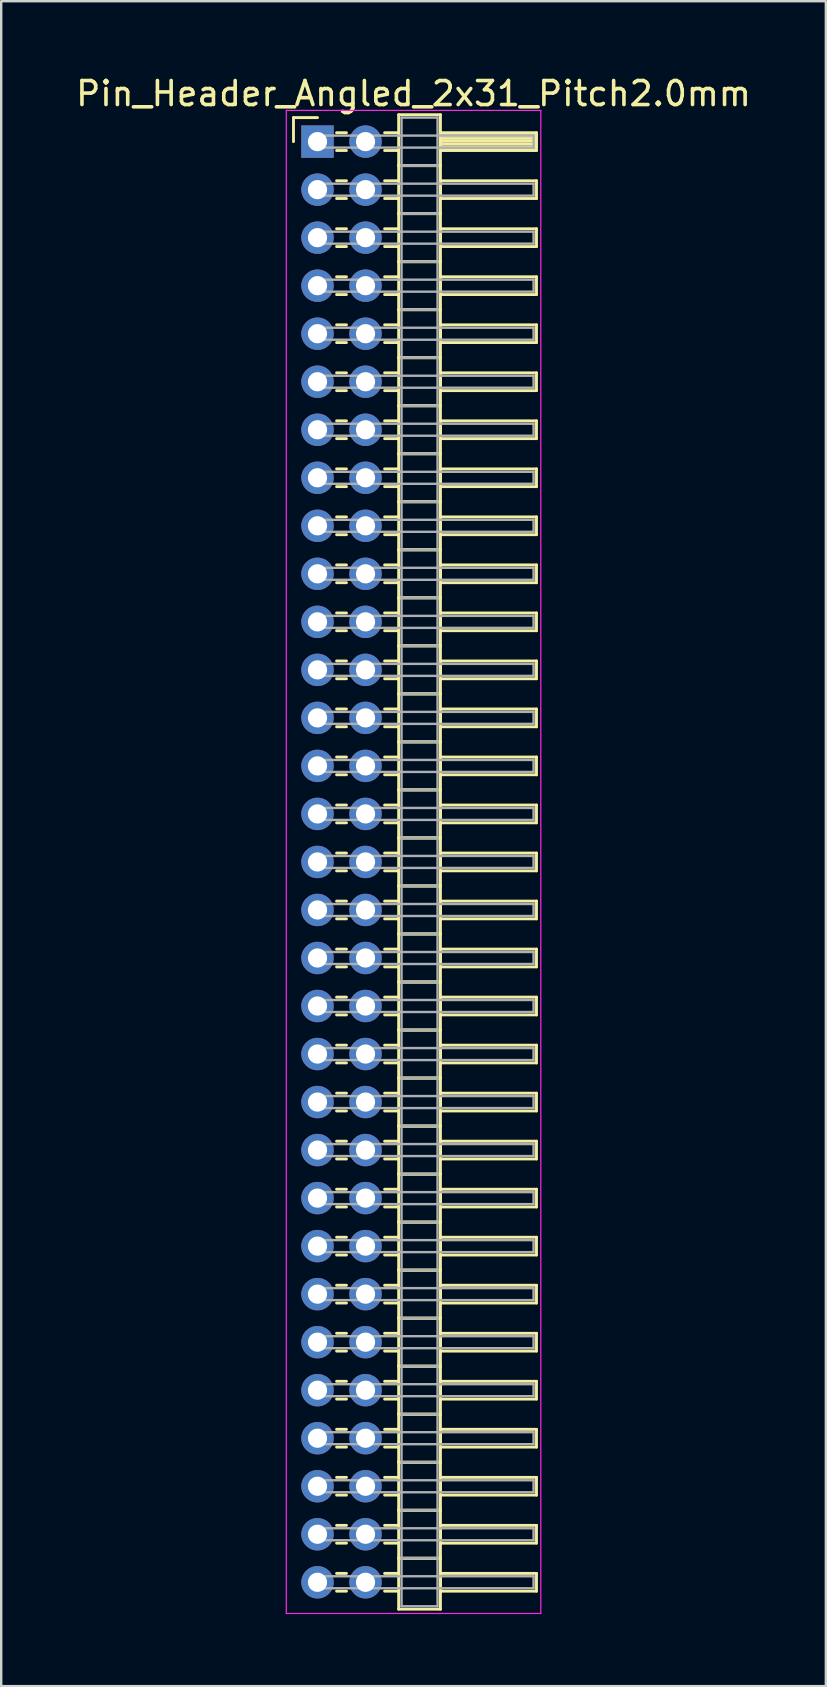
<source format=kicad_pcb>
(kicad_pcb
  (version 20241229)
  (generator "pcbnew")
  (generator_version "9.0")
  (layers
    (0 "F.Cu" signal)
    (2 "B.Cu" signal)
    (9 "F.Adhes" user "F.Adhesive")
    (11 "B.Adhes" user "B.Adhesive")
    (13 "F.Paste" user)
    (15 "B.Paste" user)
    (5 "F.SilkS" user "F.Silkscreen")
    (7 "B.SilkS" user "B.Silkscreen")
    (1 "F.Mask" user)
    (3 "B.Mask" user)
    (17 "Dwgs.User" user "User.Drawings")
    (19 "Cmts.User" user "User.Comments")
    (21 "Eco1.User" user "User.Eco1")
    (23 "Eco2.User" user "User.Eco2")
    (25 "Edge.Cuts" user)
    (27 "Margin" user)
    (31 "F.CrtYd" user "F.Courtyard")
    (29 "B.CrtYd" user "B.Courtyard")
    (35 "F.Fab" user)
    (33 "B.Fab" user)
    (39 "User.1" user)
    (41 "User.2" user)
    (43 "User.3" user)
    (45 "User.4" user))
  (footprint "Pin_Header_Angled_2x31_Pitch2.0mm"
    (layer "F.Cu")
    (at 10.173 2.848)
    (property "Reference" "Pin_Header_Angled_2x31_Pitch2.0mm" (at 4 -2 0) (layer "F.SilkS") (effects (font (size 1 1) (thickness 0.15))))
    (attr through_hole)
    (fp_line (start -1 -1) (end 0 -1) (stroke (width 0.12) (type solid)) (layer "F.SilkS"))
    (fp_line (start -1 0) (end -1 -1) (stroke (width 0.12) (type solid)) (layer "F.SilkS"))
    (fp_line (start 0.795 -0.37) (end 1.205 -0.37) (stroke (width 0.12) (type solid)) (layer "F.SilkS"))
    (fp_line (start 0.795 0.37) (end 1.205 0.37) (stroke (width 0.12) (type solid)) (layer "F.SilkS"))
    (fp_line (start 0.795 1.63) (end 1.205 1.63) (stroke (width 0.12) (type solid)) (layer "F.SilkS"))
    (fp_line (start 0.795 2.37) (end 1.205 2.37) (stroke (width 0.12) (type solid)) (layer "F.SilkS"))
    (fp_line (start 0.795 3.63) (end 1.205 3.63) (stroke (width 0.12) (type solid)) (layer "F.SilkS"))
    (fp_line (start 0.795 4.37) (end 1.205 4.37) (stroke (width 0.12) (type solid)) (layer "F.SilkS"))
    (fp_line (start 0.795 5.63) (end 1.205 5.63) (stroke (width 0.12) (type solid)) (layer "F.SilkS"))
    (fp_line (start 0.795 6.37) (end 1.205 6.37) (stroke (width 0.12) (type solid)) (layer "F.SilkS"))
    (fp_line (start 0.795 7.63) (end 1.205 7.63) (stroke (width 0.12) (type solid)) (layer "F.SilkS"))
    (fp_line (start 0.795 8.37) (end 1.205 8.37) (stroke (width 0.12) (type solid)) (layer "F.SilkS"))
    (fp_line (start 0.795 9.63) (end 1.205 9.63) (stroke (width 0.12) (type solid)) (layer "F.SilkS"))
    (fp_line (start 0.795 10.37) (end 1.205 10.37) (stroke (width 0.12) (type solid)) (layer "F.SilkS"))
    (fp_line (start 0.795 11.63) (end 1.205 11.63) (stroke (width 0.12) (type solid)) (layer "F.SilkS"))
    (fp_line (start 0.795 12.37) (end 1.205 12.37) (stroke (width 0.12) (type solid)) (layer "F.SilkS"))
    (fp_line (start 0.795 13.63) (end 1.205 13.63) (stroke (width 0.12) (type solid)) (layer "F.SilkS"))
    (fp_line (start 0.795 14.37) (end 1.205 14.37) (stroke (width 0.12) (type solid)) (layer "F.SilkS"))
    (fp_line (start 0.795 15.63) (end 1.205 15.63) (stroke (width 0.12) (type solid)) (layer "F.SilkS"))
    (fp_line (start 0.795 16.37) (end 1.205 16.37) (stroke (width 0.12) (type solid)) (layer "F.SilkS"))
    (fp_line (start 0.795 17.63) (end 1.205 17.63) (stroke (width 0.12) (type solid)) (layer "F.SilkS"))
    (fp_line (start 0.795 18.37) (end 1.205 18.37) (stroke (width 0.12) (type solid)) (layer "F.SilkS"))
    (fp_line (start 0.795 19.63) (end 1.205 19.63) (stroke (width 0.12) (type solid)) (layer "F.SilkS"))
    (fp_line (start 0.795 20.37) (end 1.205 20.37) (stroke (width 0.12) (type solid)) (layer "F.SilkS"))
    (fp_line (start 0.795 21.63) (end 1.205 21.63) (stroke (width 0.12) (type solid)) (layer "F.SilkS"))
    (fp_line (start 0.795 22.37) (end 1.205 22.37) (stroke (width 0.12) (type solid)) (layer "F.SilkS"))
    (fp_line (start 0.795 23.63) (end 1.205 23.63) (stroke (width 0.12) (type solid)) (layer "F.SilkS"))
    (fp_line (start 0.795 24.37) (end 1.205 24.37) (stroke (width 0.12) (type solid)) (layer "F.SilkS"))
    (fp_line (start 0.795 25.63) (end 1.205 25.63) (stroke (width 0.12) (type solid)) (layer "F.SilkS"))
    (fp_line (start 0.795 26.37) (end 1.205 26.37) (stroke (width 0.12) (type solid)) (layer "F.SilkS"))
    (fp_line (start 0.795 27.63) (end 1.205 27.63) (stroke (width 0.12) (type solid)) (layer "F.SilkS"))
    (fp_line (start 0.795 28.37) (end 1.205 28.37) (stroke (width 0.12) (type solid)) (layer "F.SilkS"))
    (fp_line (start 0.795 29.63) (end 1.205 29.63) (stroke (width 0.12) (type solid)) (layer "F.SilkS"))
    (fp_line (start 0.795 30.37) (end 1.205 30.37) (stroke (width 0.12) (type solid)) (layer "F.SilkS"))
    (fp_line (start 0.795 31.63) (end 1.205 31.63) (stroke (width 0.12) (type solid)) (layer "F.SilkS"))
    (fp_line (start 0.795 32.37) (end 1.205 32.37) (stroke (width 0.12) (type solid)) (layer "F.SilkS"))
    (fp_line (start 0.795 33.63) (end 1.205 33.63) (stroke (width 0.12) (type solid)) (layer "F.SilkS"))
    (fp_line (start 0.795 34.37) (end 1.205 34.37) (stroke (width 0.12) (type solid)) (layer "F.SilkS"))
    (fp_line (start 0.795 35.63) (end 1.205 35.63) (stroke (width 0.12) (type solid)) (layer "F.SilkS"))
    (fp_line (start 0.795 36.37) (end 1.205 36.37) (stroke (width 0.12) (type solid)) (layer "F.SilkS"))
    (fp_line (start 0.795 37.63) (end 1.205 37.63) (stroke (width 0.12) (type solid)) (layer "F.SilkS"))
    (fp_line (start 0.795 38.37) (end 1.205 38.37) (stroke (width 0.12) (type solid)) (layer "F.SilkS"))
    (fp_line (start 0.795 39.63) (end 1.205 39.63) (stroke (width 0.12) (type solid)) (layer "F.SilkS"))
    (fp_line (start 0.795 40.37) (end 1.205 40.37) (stroke (width 0.12) (type solid)) (layer "F.SilkS"))
    (fp_line (start 0.795 41.63) (end 1.205 41.63) (stroke (width 0.12) (type solid)) (layer "F.SilkS"))
    (fp_line (start 0.795 42.37) (end 1.205 42.37) (stroke (width 0.12) (type solid)) (layer "F.SilkS"))
    (fp_line (start 0.795 43.63) (end 1.205 43.63) (stroke (width 0.12) (type solid)) (layer "F.SilkS"))
    (fp_line (start 0.795 44.37) (end 1.205 44.37) (stroke (width 0.12) (type solid)) (layer "F.SilkS"))
    (fp_line (start 0.795 45.63) (end 1.205 45.63) (stroke (width 0.12) (type solid)) (layer "F.SilkS"))
    (fp_line (start 0.795 46.37) (end 1.205 46.37) (stroke (width 0.12) (type solid)) (layer "F.SilkS"))
    (fp_line (start 0.795 47.63) (end 1.205 47.63) (stroke (width 0.12) (type solid)) (layer "F.SilkS"))
    (fp_line (start 0.795 48.37) (end 1.205 48.37) (stroke (width 0.12) (type solid)) (layer "F.SilkS"))
    (fp_line (start 0.795 49.63) (end 1.205 49.63) (stroke (width 0.12) (type solid)) (layer "F.SilkS"))
    (fp_line (start 0.795 50.37) (end 1.205 50.37) (stroke (width 0.12) (type solid)) (layer "F.SilkS"))
    (fp_line (start 0.795 51.63) (end 1.205 51.63) (stroke (width 0.12) (type solid)) (layer "F.SilkS"))
    (fp_line (start 0.795 52.37) (end 1.205 52.37) (stroke (width 0.12) (type solid)) (layer "F.SilkS"))
    (fp_line (start 0.795 53.63) (end 1.205 53.63) (stroke (width 0.12) (type solid)) (layer "F.SilkS"))
    (fp_line (start 0.795 54.37) (end 1.205 54.37) (stroke (width 0.12) (type solid)) (layer "F.SilkS"))
    (fp_line (start 0.795 55.63) (end 1.205 55.63) (stroke (width 0.12) (type solid)) (layer "F.SilkS"))
    (fp_line (start 0.795 56.37) (end 1.205 56.37) (stroke (width 0.12) (type solid)) (layer "F.SilkS"))
    (fp_line (start 0.795 57.63) (end 1.205 57.63) (stroke (width 0.12) (type solid)) (layer "F.SilkS"))
    (fp_line (start 0.795 58.37) (end 1.205 58.37) (stroke (width 0.12) (type solid)) (layer "F.SilkS"))
    (fp_line (start 0.795 59.63) (end 1.205 59.63) (stroke (width 0.12) (type solid)) (layer "F.SilkS"))
    (fp_line (start 0.795 60.37) (end 1.205 60.37) (stroke (width 0.12) (type solid)) (layer "F.SilkS"))
    (fp_line (start 2.795 -0.37) (end 3.38 -0.37) (stroke (width 0.12) (type solid)) (layer "F.SilkS"))
    (fp_line (start 2.795 0.37) (end 3.38 0.37) (stroke (width 0.12) (type solid)) (layer "F.SilkS"))
    (fp_line (start 2.795 1.63) (end 3.38 1.63) (stroke (width 0.12) (type solid)) (layer "F.SilkS"))
    (fp_line (start 2.795 2.37) (end 3.38 2.37) (stroke (width 0.12) (type solid)) (layer "F.SilkS"))
    (fp_line (start 2.795 3.63) (end 3.38 3.63) (stroke (width 0.12) (type solid)) (layer "F.SilkS"))
    (fp_line (start 2.795 4.37) (end 3.38 4.37) (stroke (width 0.12) (type solid)) (layer "F.SilkS"))
    (fp_line (start 2.795 5.63) (end 3.38 5.63) (stroke (width 0.12) (type solid)) (layer "F.SilkS"))
    (fp_line (start 2.795 6.37) (end 3.38 6.37) (stroke (width 0.12) (type solid)) (layer "F.SilkS"))
    (fp_line (start 2.795 7.63) (end 3.38 7.63) (stroke (width 0.12) (type solid)) (layer "F.SilkS"))
    (fp_line (start 2.795 8.37) (end 3.38 8.37) (stroke (width 0.12) (type solid)) (layer "F.SilkS"))
    (fp_line (start 2.795 9.63) (end 3.38 9.63) (stroke (width 0.12) (type solid)) (layer "F.SilkS"))
    (fp_line (start 2.795 10.37) (end 3.38 10.37) (stroke (width 0.12) (type solid)) (layer "F.SilkS"))
    (fp_line (start 2.795 11.63) (end 3.38 11.63) (stroke (width 0.12) (type solid)) (layer "F.SilkS"))
    (fp_line (start 2.795 12.37) (end 3.38 12.37) (stroke (width 0.12) (type solid)) (layer "F.SilkS"))
    (fp_line (start 2.795 13.63) (end 3.38 13.63) (stroke (width 0.12) (type solid)) (layer "F.SilkS"))
    (fp_line (start 2.795 14.37) (end 3.38 14.37) (stroke (width 0.12) (type solid)) (layer "F.SilkS"))
    (fp_line (start 2.795 15.63) (end 3.38 15.63) (stroke (width 0.12) (type solid)) (layer "F.SilkS"))
    (fp_line (start 2.795 16.37) (end 3.38 16.37) (stroke (width 0.12) (type solid)) (layer "F.SilkS"))
    (fp_line (start 2.795 17.63) (end 3.38 17.63) (stroke (width 0.12) (type solid)) (layer "F.SilkS"))
    (fp_line (start 2.795 18.37) (end 3.38 18.37) (stroke (width 0.12) (type solid)) (layer "F.SilkS"))
    (fp_line (start 2.795 19.63) (end 3.38 19.63) (stroke (width 0.12) (type solid)) (layer "F.SilkS"))
    (fp_line (start 2.795 20.37) (end 3.38 20.37) (stroke (width 0.12) (type solid)) (layer "F.SilkS"))
    (fp_line (start 2.795 21.63) (end 3.38 21.63) (stroke (width 0.12) (type solid)) (layer "F.SilkS"))
    (fp_line (start 2.795 22.37) (end 3.38 22.37) (stroke (width 0.12) (type solid)) (layer "F.SilkS"))
    (fp_line (start 2.795 23.63) (end 3.38 23.63) (stroke (width 0.12) (type solid)) (layer "F.SilkS"))
    (fp_line (start 2.795 24.37) (end 3.38 24.37) (stroke (width 0.12) (type solid)) (layer "F.SilkS"))
    (fp_line (start 2.795 25.63) (end 3.38 25.63) (stroke (width 0.12) (type solid)) (layer "F.SilkS"))
    (fp_line (start 2.795 26.37) (end 3.38 26.37) (stroke (width 0.12) (type solid)) (layer "F.SilkS"))
    (fp_line (start 2.795 27.63) (end 3.38 27.63) (stroke (width 0.12) (type solid)) (layer "F.SilkS"))
    (fp_line (start 2.795 28.37) (end 3.38 28.37) (stroke (width 0.12) (type solid)) (layer "F.SilkS"))
    (fp_line (start 2.795 29.63) (end 3.38 29.63) (stroke (width 0.12) (type solid)) (layer "F.SilkS"))
    (fp_line (start 2.795 30.37) (end 3.38 30.37) (stroke (width 0.12) (type solid)) (layer "F.SilkS"))
    (fp_line (start 2.795 31.63) (end 3.38 31.63) (stroke (width 0.12) (type solid)) (layer "F.SilkS"))
    (fp_line (start 2.795 32.37) (end 3.38 32.37) (stroke (width 0.12) (type solid)) (layer "F.SilkS"))
    (fp_line (start 2.795 33.63) (end 3.38 33.63) (stroke (width 0.12) (type solid)) (layer "F.SilkS"))
    (fp_line (start 2.795 34.37) (end 3.38 34.37) (stroke (width 0.12) (type solid)) (layer "F.SilkS"))
    (fp_line (start 2.795 35.63) (end 3.38 35.63) (stroke (width 0.12) (type solid)) (layer "F.SilkS"))
    (fp_line (start 2.795 36.37) (end 3.38 36.37) (stroke (width 0.12) (type solid)) (layer "F.SilkS"))
    (fp_line (start 2.795 37.63) (end 3.38 37.63) (stroke (width 0.12) (type solid)) (layer "F.SilkS"))
    (fp_line (start 2.795 38.37) (end 3.38 38.37) (stroke (width 0.12) (type solid)) (layer "F.SilkS"))
    (fp_line (start 2.795 39.63) (end 3.38 39.63) (stroke (width 0.12) (type solid)) (layer "F.SilkS"))
    (fp_line (start 2.795 40.37) (end 3.38 40.37) (stroke (width 0.12) (type solid)) (layer "F.SilkS"))
    (fp_line (start 2.795 41.63) (end 3.38 41.63) (stroke (width 0.12) (type solid)) (layer "F.SilkS"))
    (fp_line (start 2.795 42.37) (end 3.38 42.37) (stroke (width 0.12) (type solid)) (layer "F.SilkS"))
    (fp_line (start 2.795 43.63) (end 3.38 43.63) (stroke (width 0.12) (type solid)) (layer "F.SilkS"))
    (fp_line (start 2.795 44.37) (end 3.38 44.37) (stroke (width 0.12) (type solid)) (layer "F.SilkS"))
    (fp_line (start 2.795 45.63) (end 3.38 45.63) (stroke (width 0.12) (type solid)) (layer "F.SilkS"))
    (fp_line (start 2.795 46.37) (end 3.38 46.37) (stroke (width 0.12) (type solid)) (layer "F.SilkS"))
    (fp_line (start 2.795 47.63) (end 3.38 47.63) (stroke (width 0.12) (type solid)) (layer "F.SilkS"))
    (fp_line (start 2.795 48.37) (end 3.38 48.37) (stroke (width 0.12) (type solid)) (layer "F.SilkS"))
    (fp_line (start 2.795 49.63) (end 3.38 49.63) (stroke (width 0.12) (type solid)) (layer "F.SilkS"))
    (fp_line (start 2.795 50.37) (end 3.38 50.37) (stroke (width 0.12) (type solid)) (layer "F.SilkS"))
    (fp_line (start 2.795 51.63) (end 3.38 51.63) (stroke (width 0.12) (type solid)) (layer "F.SilkS"))
    (fp_line (start 2.795 52.37) (end 3.38 52.37) (stroke (width 0.12) (type solid)) (layer "F.SilkS"))
    (fp_line (start 2.795 53.63) (end 3.38 53.63) (stroke (width 0.12) (type solid)) (layer "F.SilkS"))
    (fp_line (start 2.795 54.37) (end 3.38 54.37) (stroke (width 0.12) (type solid)) (layer "F.SilkS"))
    (fp_line (start 2.795 55.63) (end 3.38 55.63) (stroke (width 0.12) (type solid)) (layer "F.SilkS"))
    (fp_line (start 2.795 56.37) (end 3.38 56.37) (stroke (width 0.12) (type solid)) (layer "F.SilkS"))
    (fp_line (start 2.795 57.63) (end 3.38 57.63) (stroke (width 0.12) (type solid)) (layer "F.SilkS"))
    (fp_line (start 2.795 58.37) (end 3.38 58.37) (stroke (width 0.12) (type solid)) (layer "F.SilkS"))
    (fp_line (start 2.795 59.63) (end 3.38 59.63) (stroke (width 0.12) (type solid)) (layer "F.SilkS"))
    (fp_line (start 2.795 60.37) (end 3.38 60.37) (stroke (width 0.12) (type solid)) (layer "F.SilkS"))
    (fp_line (start 3.38 -1.12) (end 3.38 1) (stroke (width 0.12) (type solid)) (layer "F.SilkS"))
    (fp_line (start 3.38 1) (end 3.38 3) (stroke (width 0.12) (type solid)) (layer "F.SilkS"))
    (fp_line (start 3.38 1) (end 5.12 1) (stroke (width 0.12) (type solid)) (layer "F.SilkS"))
    (fp_line (start 3.38 3) (end 3.38 5) (stroke (width 0.12) (type solid)) (layer "F.SilkS"))
    (fp_line (start 3.38 3) (end 5.12 3) (stroke (width 0.12) (type solid)) (layer "F.SilkS"))
    (fp_line (start 3.38 5) (end 3.38 7) (stroke (width 0.12) (type solid)) (layer "F.SilkS"))
    (fp_line (start 3.38 5) (end 5.12 5) (stroke (width 0.12) (type solid)) (layer "F.SilkS"))
    (fp_line (start 3.38 7) (end 3.38 9) (stroke (width 0.12) (type solid)) (layer "F.SilkS"))
    (fp_line (start 3.38 7) (end 5.12 7) (stroke (width 0.12) (type solid)) (layer "F.SilkS"))
    (fp_line (start 3.38 9) (end 3.38 11) (stroke (width 0.12) (type solid)) (layer "F.SilkS"))
    (fp_line (start 3.38 9) (end 5.12 9) (stroke (width 0.12) (type solid)) (layer "F.SilkS"))
    (fp_line (start 3.38 11) (end 3.38 13) (stroke (width 0.12) (type solid)) (layer "F.SilkS"))
    (fp_line (start 3.38 11) (end 5.12 11) (stroke (width 0.12) (type solid)) (layer "F.SilkS"))
    (fp_line (start 3.38 13) (end 3.38 15) (stroke (width 0.12) (type solid)) (layer "F.SilkS"))
    (fp_line (start 3.38 13) (end 5.12 13) (stroke (width 0.12) (type solid)) (layer "F.SilkS"))
    (fp_line (start 3.38 15) (end 3.38 17) (stroke (width 0.12) (type solid)) (layer "F.SilkS"))
    (fp_line (start 3.38 15) (end 5.12 15) (stroke (width 0.12) (type solid)) (layer "F.SilkS"))
    (fp_line (start 3.38 17) (end 3.38 19) (stroke (width 0.12) (type solid)) (layer "F.SilkS"))
    (fp_line (start 3.38 17) (end 5.12 17) (stroke (width 0.12) (type solid)) (layer "F.SilkS"))
    (fp_line (start 3.38 19) (end 3.38 21) (stroke (width 0.12) (type solid)) (layer "F.SilkS"))
    (fp_line (start 3.38 19) (end 5.12 19) (stroke (width 0.12) (type solid)) (layer "F.SilkS"))
    (fp_line (start 3.38 21) (end 3.38 23) (stroke (width 0.12) (type solid)) (layer "F.SilkS"))
    (fp_line (start 3.38 21) (end 5.12 21) (stroke (width 0.12) (type solid)) (layer "F.SilkS"))
    (fp_line (start 3.38 23) (end 3.38 25) (stroke (width 0.12) (type solid)) (layer "F.SilkS"))
    (fp_line (start 3.38 23) (end 5.12 23) (stroke (width 0.12) (type solid)) (layer "F.SilkS"))
    (fp_line (start 3.38 25) (end 3.38 27) (stroke (width 0.12) (type solid)) (layer "F.SilkS"))
    (fp_line (start 3.38 25) (end 5.12 25) (stroke (width 0.12) (type solid)) (layer "F.SilkS"))
    (fp_line (start 3.38 27) (end 3.38 29) (stroke (width 0.12) (type solid)) (layer "F.SilkS"))
    (fp_line (start 3.38 27) (end 5.12 27) (stroke (width 0.12) (type solid)) (layer "F.SilkS"))
    (fp_line (start 3.38 29) (end 3.38 31) (stroke (width 0.12) (type solid)) (layer "F.SilkS"))
    (fp_line (start 3.38 29) (end 5.12 29) (stroke (width 0.12) (type solid)) (layer "F.SilkS"))
    (fp_line (start 3.38 31) (end 3.38 33) (stroke (width 0.12) (type solid)) (layer "F.SilkS"))
    (fp_line (start 3.38 31) (end 5.12 31) (stroke (width 0.12) (type solid)) (layer "F.SilkS"))
    (fp_line (start 3.38 33) (end 3.38 35) (stroke (width 0.12) (type solid)) (layer "F.SilkS"))
    (fp_line (start 3.38 33) (end 5.12 33) (stroke (width 0.12) (type solid)) (layer "F.SilkS"))
    (fp_line (start 3.38 35) (end 3.38 37) (stroke (width 0.12) (type solid)) (layer "F.SilkS"))
    (fp_line (start 3.38 35) (end 5.12 35) (stroke (width 0.12) (type solid)) (layer "F.SilkS"))
    (fp_line (start 3.38 37) (end 3.38 39) (stroke (width 0.12) (type solid)) (layer "F.SilkS"))
    (fp_line (start 3.38 37) (end 5.12 37) (stroke (width 0.12) (type solid)) (layer "F.SilkS"))
    (fp_line (start 3.38 39) (end 3.38 41) (stroke (width 0.12) (type solid)) (layer "F.SilkS"))
    (fp_line (start 3.38 39) (end 5.12 39) (stroke (width 0.12) (type solid)) (layer "F.SilkS"))
    (fp_line (start 3.38 41) (end 3.38 43) (stroke (width 0.12) (type solid)) (layer "F.SilkS"))
    (fp_line (start 3.38 41) (end 5.12 41) (stroke (width 0.12) (type solid)) (layer "F.SilkS"))
    (fp_line (start 3.38 43) (end 3.38 45) (stroke (width 0.12) (type solid)) (layer "F.SilkS"))
    (fp_line (start 3.38 43) (end 5.12 43) (stroke (width 0.12) (type solid)) (layer "F.SilkS"))
    (fp_line (start 3.38 45) (end 3.38 47) (stroke (width 0.12) (type solid)) (layer "F.SilkS"))
    (fp_line (start 3.38 45) (end 5.12 45) (stroke (width 0.12) (type solid)) (layer "F.SilkS"))
    (fp_line (start 3.38 47) (end 3.38 49) (stroke (width 0.12) (type solid)) (layer "F.SilkS"))
    (fp_line (start 3.38 47) (end 5.12 47) (stroke (width 0.12) (type solid)) (layer "F.SilkS"))
    (fp_line (start 3.38 49) (end 3.38 51) (stroke (width 0.12) (type solid)) (layer "F.SilkS"))
    (fp_line (start 3.38 49) (end 5.12 49) (stroke (width 0.12) (type solid)) (layer "F.SilkS"))
    (fp_line (start 3.38 51) (end 3.38 53) (stroke (width 0.12) (type solid)) (layer "F.SilkS"))
    (fp_line (start 3.38 51) (end 5.12 51) (stroke (width 0.12) (type solid)) (layer "F.SilkS"))
    (fp_line (start 3.38 53) (end 3.38 55) (stroke (width 0.12) (type solid)) (layer "F.SilkS"))
    (fp_line (start 3.38 53) (end 5.12 53) (stroke (width 0.12) (type solid)) (layer "F.SilkS"))
    (fp_line (start 3.38 55) (end 3.38 57) (stroke (width 0.12) (type solid)) (layer "F.SilkS"))
    (fp_line (start 3.38 55) (end 5.12 55) (stroke (width 0.12) (type solid)) (layer "F.SilkS"))
    (fp_line (start 3.38 57) (end 3.38 59) (stroke (width 0.12) (type solid)) (layer "F.SilkS"))
    (fp_line (start 3.38 57) (end 5.12 57) (stroke (width 0.12) (type solid)) (layer "F.SilkS"))
    (fp_line (start 3.38 59) (end 3.38 61.12) (stroke (width 0.12) (type solid)) (layer "F.SilkS"))
    (fp_line (start 3.38 59) (end 5.12 59) (stroke (width 0.12) (type solid)) (layer "F.SilkS"))
    (fp_line (start 3.38 61.12) (end 5.12 61.12) (stroke (width 0.12) (type solid)) (layer "F.SilkS"))
    (fp_line (start 5.12 -1.12) (end 3.38 -1.12) (stroke (width 0.12) (type solid)) (layer "F.SilkS"))
    (fp_line (start 5.12 -0.37) (end 5.12 0.37) (stroke (width 0.12) (type solid)) (layer "F.SilkS"))
    (fp_line (start 5.12 -0.25) (end 9.12 -0.25) (stroke (width 0.12) (type solid)) (layer "F.SilkS"))
    (fp_line (start 5.12 -0.13) (end 9.12 -0.13) (stroke (width 0.12) (type solid)) (layer "F.SilkS"))
    (fp_line (start 5.12 -0.01) (end 9.12 -0.01) (stroke (width 0.12) (type solid)) (layer "F.SilkS"))
    (fp_line (start 5.12 0.11) (end 9.12 0.11) (stroke (width 0.12) (type solid)) (layer "F.SilkS"))
    (fp_line (start 5.12 0.23) (end 9.12 0.23) (stroke (width 0.12) (type solid)) (layer "F.SilkS"))
    (fp_line (start 5.12 0.35) (end 9.12 0.35) (stroke (width 0.12) (type solid)) (layer "F.SilkS"))
    (fp_line (start 5.12 0.37) (end 9.12 0.37) (stroke (width 0.12) (type solid)) (layer "F.SilkS"))
    (fp_line (start 5.12 1) (end 3.38 1) (stroke (width 0.12) (type solid)) (layer "F.SilkS"))
    (fp_line (start 5.12 1) (end 5.12 -1.12) (stroke (width 0.12) (type solid)) (layer "F.SilkS"))
    (fp_line (start 5.12 1.63) (end 5.12 2.37) (stroke (width 0.12) (type solid)) (layer "F.SilkS"))
    (fp_line (start 5.12 2.37) (end 9.12 2.37) (stroke (width 0.12) (type solid)) (layer "F.SilkS"))
    (fp_line (start 5.12 3) (end 3.38 3) (stroke (width 0.12) (type solid)) (layer "F.SilkS"))
    (fp_line (start 5.12 3) (end 5.12 1) (stroke (width 0.12) (type solid)) (layer "F.SilkS"))
    (fp_line (start 5.12 3.63) (end 5.12 4.37) (stroke (width 0.12) (type solid)) (layer "F.SilkS"))
    (fp_line (start 5.12 4.37) (end 9.12 4.37) (stroke (width 0.12) (type solid)) (layer "F.SilkS"))
    (fp_line (start 5.12 5) (end 3.38 5) (stroke (width 0.12) (type solid)) (layer "F.SilkS"))
    (fp_line (start 5.12 5) (end 5.12 3) (stroke (width 0.12) (type solid)) (layer "F.SilkS"))
    (fp_line (start 5.12 5.63) (end 5.12 6.37) (stroke (width 0.12) (type solid)) (layer "F.SilkS"))
    (fp_line (start 5.12 6.37) (end 9.12 6.37) (stroke (width 0.12) (type solid)) (layer "F.SilkS"))
    (fp_line (start 5.12 7) (end 3.38 7) (stroke (width 0.12) (type solid)) (layer "F.SilkS"))
    (fp_line (start 5.12 7) (end 5.12 5) (stroke (width 0.12) (type solid)) (layer "F.SilkS"))
    (fp_line (start 5.12 7.63) (end 5.12 8.37) (stroke (width 0.12) (type solid)) (layer "F.SilkS"))
    (fp_line (start 5.12 8.37) (end 9.12 8.37) (stroke (width 0.12) (type solid)) (layer "F.SilkS"))
    (fp_line (start 5.12 9) (end 3.38 9) (stroke (width 0.12) (type solid)) (layer "F.SilkS"))
    (fp_line (start 5.12 9) (end 5.12 7) (stroke (width 0.12) (type solid)) (layer "F.SilkS"))
    (fp_line (start 5.12 9.63) (end 5.12 10.37) (stroke (width 0.12) (type solid)) (layer "F.SilkS"))
    (fp_line (start 5.12 10.37) (end 9.12 10.37) (stroke (width 0.12) (type solid)) (layer "F.SilkS"))
    (fp_line (start 5.12 11) (end 3.38 11) (stroke (width 0.12) (type solid)) (layer "F.SilkS"))
    (fp_line (start 5.12 11) (end 5.12 9) (stroke (width 0.12) (type solid)) (layer "F.SilkS"))
    (fp_line (start 5.12 11.63) (end 5.12 12.37) (stroke (width 0.12) (type solid)) (layer "F.SilkS"))
    (fp_line (start 5.12 12.37) (end 9.12 12.37) (stroke (width 0.12) (type solid)) (layer "F.SilkS"))
    (fp_line (start 5.12 13) (end 3.38 13) (stroke (width 0.12) (type solid)) (layer "F.SilkS"))
    (fp_line (start 5.12 13) (end 5.12 11) (stroke (width 0.12) (type solid)) (layer "F.SilkS"))
    (fp_line (start 5.12 13.63) (end 5.12 14.37) (stroke (width 0.12) (type solid)) (layer "F.SilkS"))
    (fp_line (start 5.12 14.37) (end 9.12 14.37) (stroke (width 0.12) (type solid)) (layer "F.SilkS"))
    (fp_line (start 5.12 15) (end 3.38 15) (stroke (width 0.12) (type solid)) (layer "F.SilkS"))
    (fp_line (start 5.12 15) (end 5.12 13) (stroke (width 0.12) (type solid)) (layer "F.SilkS"))
    (fp_line (start 5.12 15.63) (end 5.12 16.37) (stroke (width 0.12) (type solid)) (layer "F.SilkS"))
    (fp_line (start 5.12 16.37) (end 9.12 16.37) (stroke (width 0.12) (type solid)) (layer "F.SilkS"))
    (fp_line (start 5.12 17) (end 3.38 17) (stroke (width 0.12) (type solid)) (layer "F.SilkS"))
    (fp_line (start 5.12 17) (end 5.12 15) (stroke (width 0.12) (type solid)) (layer "F.SilkS"))
    (fp_line (start 5.12 17.63) (end 5.12 18.37) (stroke (width 0.12) (type solid)) (layer "F.SilkS"))
    (fp_line (start 5.12 18.37) (end 9.12 18.37) (stroke (width 0.12) (type solid)) (layer "F.SilkS"))
    (fp_line (start 5.12 19) (end 3.38 19) (stroke (width 0.12) (type solid)) (layer "F.SilkS"))
    (fp_line (start 5.12 19) (end 5.12 17) (stroke (width 0.12) (type solid)) (layer "F.SilkS"))
    (fp_line (start 5.12 19.63) (end 5.12 20.37) (stroke (width 0.12) (type solid)) (layer "F.SilkS"))
    (fp_line (start 5.12 20.37) (end 9.12 20.37) (stroke (width 0.12) (type solid)) (layer "F.SilkS"))
    (fp_line (start 5.12 21) (end 3.38 21) (stroke (width 0.12) (type solid)) (layer "F.SilkS"))
    (fp_line (start 5.12 21) (end 5.12 19) (stroke (width 0.12) (type solid)) (layer "F.SilkS"))
    (fp_line (start 5.12 21.63) (end 5.12 22.37) (stroke (width 0.12) (type solid)) (layer "F.SilkS"))
    (fp_line (start 5.12 22.37) (end 9.12 22.37) (stroke (width 0.12) (type solid)) (layer "F.SilkS"))
    (fp_line (start 5.12 23) (end 3.38 23) (stroke (width 0.12) (type solid)) (layer "F.SilkS"))
    (fp_line (start 5.12 23) (end 5.12 21) (stroke (width 0.12) (type solid)) (layer "F.SilkS"))
    (fp_line (start 5.12 23.63) (end 5.12 24.37) (stroke (width 0.12) (type solid)) (layer "F.SilkS"))
    (fp_line (start 5.12 24.37) (end 9.12 24.37) (stroke (width 0.12) (type solid)) (layer "F.SilkS"))
    (fp_line (start 5.12 25) (end 3.38 25) (stroke (width 0.12) (type solid)) (layer "F.SilkS"))
    (fp_line (start 5.12 25) (end 5.12 23) (stroke (width 0.12) (type solid)) (layer "F.SilkS"))
    (fp_line (start 5.12 25.63) (end 5.12 26.37) (stroke (width 0.12) (type solid)) (layer "F.SilkS"))
    (fp_line (start 5.12 26.37) (end 9.12 26.37) (stroke (width 0.12) (type solid)) (layer "F.SilkS"))
    (fp_line (start 5.12 27) (end 3.38 27) (stroke (width 0.12) (type solid)) (layer "F.SilkS"))
    (fp_line (start 5.12 27) (end 5.12 25) (stroke (width 0.12) (type solid)) (layer "F.SilkS"))
    (fp_line (start 5.12 27.63) (end 5.12 28.37) (stroke (width 0.12) (type solid)) (layer "F.SilkS"))
    (fp_line (start 5.12 28.37) (end 9.12 28.37) (stroke (width 0.12) (type solid)) (layer "F.SilkS"))
    (fp_line (start 5.12 29) (end 3.38 29) (stroke (width 0.12) (type solid)) (layer "F.SilkS"))
    (fp_line (start 5.12 29) (end 5.12 27) (stroke (width 0.12) (type solid)) (layer "F.SilkS"))
    (fp_line (start 5.12 29.63) (end 5.12 30.37) (stroke (width 0.12) (type solid)) (layer "F.SilkS"))
    (fp_line (start 5.12 30.37) (end 9.12 30.37) (stroke (width 0.12) (type solid)) (layer "F.SilkS"))
    (fp_line (start 5.12 31) (end 3.38 31) (stroke (width 0.12) (type solid)) (layer "F.SilkS"))
    (fp_line (start 5.12 31) (end 5.12 29) (stroke (width 0.12) (type solid)) (layer "F.SilkS"))
    (fp_line (start 5.12 31.63) (end 5.12 32.37) (stroke (width 0.12) (type solid)) (layer "F.SilkS"))
    (fp_line (start 5.12 32.37) (end 9.12 32.37) (stroke (width 0.12) (type solid)) (layer "F.SilkS"))
    (fp_line (start 5.12 33) (end 3.38 33) (stroke (width 0.12) (type solid)) (layer "F.SilkS"))
    (fp_line (start 5.12 33) (end 5.12 31) (stroke (width 0.12) (type solid)) (layer "F.SilkS"))
    (fp_line (start 5.12 33.63) (end 5.12 34.37) (stroke (width 0.12) (type solid)) (layer "F.SilkS"))
    (fp_line (start 5.12 34.37) (end 9.12 34.37) (stroke (width 0.12) (type solid)) (layer "F.SilkS"))
    (fp_line (start 5.12 35) (end 3.38 35) (stroke (width 0.12) (type solid)) (layer "F.SilkS"))
    (fp_line (start 5.12 35) (end 5.12 33) (stroke (width 0.12) (type solid)) (layer "F.SilkS"))
    (fp_line (start 5.12 35.63) (end 5.12 36.37) (stroke (width 0.12) (type solid)) (layer "F.SilkS"))
    (fp_line (start 5.12 36.37) (end 9.12 36.37) (stroke (width 0.12) (type solid)) (layer "F.SilkS"))
    (fp_line (start 5.12 37) (end 3.38 37) (stroke (width 0.12) (type solid)) (layer "F.SilkS"))
    (fp_line (start 5.12 37) (end 5.12 35) (stroke (width 0.12) (type solid)) (layer "F.SilkS"))
    (fp_line (start 5.12 37.63) (end 5.12 38.37) (stroke (width 0.12) (type solid)) (layer "F.SilkS"))
    (fp_line (start 5.12 38.37) (end 9.12 38.37) (stroke (width 0.12) (type solid)) (layer "F.SilkS"))
    (fp_line (start 5.12 39) (end 3.38 39) (stroke (width 0.12) (type solid)) (layer "F.SilkS"))
    (fp_line (start 5.12 39) (end 5.12 37) (stroke (width 0.12) (type solid)) (layer "F.SilkS"))
    (fp_line (start 5.12 39.63) (end 5.12 40.37) (stroke (width 0.12) (type solid)) (layer "F.SilkS"))
    (fp_line (start 5.12 40.37) (end 9.12 40.37) (stroke (width 0.12) (type solid)) (layer "F.SilkS"))
    (fp_line (start 5.12 41) (end 3.38 41) (stroke (width 0.12) (type solid)) (layer "F.SilkS"))
    (fp_line (start 5.12 41) (end 5.12 39) (stroke (width 0.12) (type solid)) (layer "F.SilkS"))
    (fp_line (start 5.12 41.63) (end 5.12 42.37) (stroke (width 0.12) (type solid)) (layer "F.SilkS"))
    (fp_line (start 5.12 42.37) (end 9.12 42.37) (stroke (width 0.12) (type solid)) (layer "F.SilkS"))
    (fp_line (start 5.12 43) (end 3.38 43) (stroke (width 0.12) (type solid)) (layer "F.SilkS"))
    (fp_line (start 5.12 43) (end 5.12 41) (stroke (width 0.12) (type solid)) (layer "F.SilkS"))
    (fp_line (start 5.12 43.63) (end 5.12 44.37) (stroke (width 0.12) (type solid)) (layer "F.SilkS"))
    (fp_line (start 5.12 44.37) (end 9.12 44.37) (stroke (width 0.12) (type solid)) (layer "F.SilkS"))
    (fp_line (start 5.12 45) (end 3.38 45) (stroke (width 0.12) (type solid)) (layer "F.SilkS"))
    (fp_line (start 5.12 45) (end 5.12 43) (stroke (width 0.12) (type solid)) (layer "F.SilkS"))
    (fp_line (start 5.12 45.63) (end 5.12 46.37) (stroke (width 0.12) (type solid)) (layer "F.SilkS"))
    (fp_line (start 5.12 46.37) (end 9.12 46.37) (stroke (width 0.12) (type solid)) (layer "F.SilkS"))
    (fp_line (start 5.12 47) (end 3.38 47) (stroke (width 0.12) (type solid)) (layer "F.SilkS"))
    (fp_line (start 5.12 47) (end 5.12 45) (stroke (width 0.12) (type solid)) (layer "F.SilkS"))
    (fp_line (start 5.12 47.63) (end 5.12 48.37) (stroke (width 0.12) (type solid)) (layer "F.SilkS"))
    (fp_line (start 5.12 48.37) (end 9.12 48.37) (stroke (width 0.12) (type solid)) (layer "F.SilkS"))
    (fp_line (start 5.12 49) (end 3.38 49) (stroke (width 0.12) (type solid)) (layer "F.SilkS"))
    (fp_line (start 5.12 49) (end 5.12 47) (stroke (width 0.12) (type solid)) (layer "F.SilkS"))
    (fp_line (start 5.12 49.63) (end 5.12 50.37) (stroke (width 0.12) (type solid)) (layer "F.SilkS"))
    (fp_line (start 5.12 50.37) (end 9.12 50.37) (stroke (width 0.12) (type solid)) (layer "F.SilkS"))
    (fp_line (start 5.12 51) (end 3.38 51) (stroke (width 0.12) (type solid)) (layer "F.SilkS"))
    (fp_line (start 5.12 51) (end 5.12 49) (stroke (width 0.12) (type solid)) (layer "F.SilkS"))
    (fp_line (start 5.12 51.63) (end 5.12 52.37) (stroke (width 0.12) (type solid)) (layer "F.SilkS"))
    (fp_line (start 5.12 52.37) (end 9.12 52.37) (stroke (width 0.12) (type solid)) (layer "F.SilkS"))
    (fp_line (start 5.12 53) (end 3.38 53) (stroke (width 0.12) (type solid)) (layer "F.SilkS"))
    (fp_line (start 5.12 53) (end 5.12 51) (stroke (width 0.12) (type solid)) (layer "F.SilkS"))
    (fp_line (start 5.12 53.63) (end 5.12 54.37) (stroke (width 0.12) (type solid)) (layer "F.SilkS"))
    (fp_line (start 5.12 54.37) (end 9.12 54.37) (stroke (width 0.12) (type solid)) (layer "F.SilkS"))
    (fp_line (start 5.12 55) (end 3.38 55) (stroke (width 0.12) (type solid)) (layer "F.SilkS"))
    (fp_line (start 5.12 55) (end 5.12 53) (stroke (width 0.12) (type solid)) (layer "F.SilkS"))
    (fp_line (start 5.12 55.63) (end 5.12 56.37) (stroke (width 0.12) (type solid)) (layer "F.SilkS"))
    (fp_line (start 5.12 56.37) (end 9.12 56.37) (stroke (width 0.12) (type solid)) (layer "F.SilkS"))
    (fp_line (start 5.12 57) (end 3.38 57) (stroke (width 0.12) (type solid)) (layer "F.SilkS"))
    (fp_line (start 5.12 57) (end 5.12 55) (stroke (width 0.12) (type solid)) (layer "F.SilkS"))
    (fp_line (start 5.12 57.63) (end 5.12 58.37) (stroke (width 0.12) (type solid)) (layer "F.SilkS"))
    (fp_line (start 5.12 58.37) (end 9.12 58.37) (stroke (width 0.12) (type solid)) (layer "F.SilkS"))
    (fp_line (start 5.12 59) (end 3.38 59) (stroke (width 0.12) (type solid)) (layer "F.SilkS"))
    (fp_line (start 5.12 59) (end 5.12 57) (stroke (width 0.12) (type solid)) (layer "F.SilkS"))
    (fp_line (start 5.12 59.63) (end 5.12 60.37) (stroke (width 0.12) (type solid)) (layer "F.SilkS"))
    (fp_line (start 5.12 60.37) (end 9.12 60.37) (stroke (width 0.12) (type solid)) (layer "F.SilkS"))
    (fp_line (start 5.12 61.12) (end 5.12 59) (stroke (width 0.12) (type solid)) (layer "F.SilkS"))
    (fp_line (start 9.12 -0.37) (end 5.12 -0.37) (stroke (width 0.12) (type solid)) (layer "F.SilkS"))
    (fp_line (start 9.12 0.37) (end 9.12 -0.37) (stroke (width 0.12) (type solid)) (layer "F.SilkS"))
    (fp_line (start 9.12 1.63) (end 5.12 1.63) (stroke (width 0.12) (type solid)) (layer "F.SilkS"))
    (fp_line (start 9.12 2.37) (end 9.12 1.63) (stroke (width 0.12) (type solid)) (layer "F.SilkS"))
    (fp_line (start 9.12 3.63) (end 5.12 3.63) (stroke (width 0.12) (type solid)) (layer "F.SilkS"))
    (fp_line (start 9.12 4.37) (end 9.12 3.63) (stroke (width 0.12) (type solid)) (layer "F.SilkS"))
    (fp_line (start 9.12 5.63) (end 5.12 5.63) (stroke (width 0.12) (type solid)) (layer "F.SilkS"))
    (fp_line (start 9.12 6.37) (end 9.12 5.63) (stroke (width 0.12) (type solid)) (layer "F.SilkS"))
    (fp_line (start 9.12 7.63) (end 5.12 7.63) (stroke (width 0.12) (type solid)) (layer "F.SilkS"))
    (fp_line (start 9.12 8.37) (end 9.12 7.63) (stroke (width 0.12) (type solid)) (layer "F.SilkS"))
    (fp_line (start 9.12 9.63) (end 5.12 9.63) (stroke (width 0.12) (type solid)) (layer "F.SilkS"))
    (fp_line (start 9.12 10.37) (end 9.12 9.63) (stroke (width 0.12) (type solid)) (layer "F.SilkS"))
    (fp_line (start 9.12 11.63) (end 5.12 11.63) (stroke (width 0.12) (type solid)) (layer "F.SilkS"))
    (fp_line (start 9.12 12.37) (end 9.12 11.63) (stroke (width 0.12) (type solid)) (layer "F.SilkS"))
    (fp_line (start 9.12 13.63) (end 5.12 13.63) (stroke (width 0.12) (type solid)) (layer "F.SilkS"))
    (fp_line (start 9.12 14.37) (end 9.12 13.63) (stroke (width 0.12) (type solid)) (layer "F.SilkS"))
    (fp_line (start 9.12 15.63) (end 5.12 15.63) (stroke (width 0.12) (type solid)) (layer "F.SilkS"))
    (fp_line (start 9.12 16.37) (end 9.12 15.63) (stroke (width 0.12) (type solid)) (layer "F.SilkS"))
    (fp_line (start 9.12 17.63) (end 5.12 17.63) (stroke (width 0.12) (type solid)) (layer "F.SilkS"))
    (fp_line (start 9.12 18.37) (end 9.12 17.63) (stroke (width 0.12) (type solid)) (layer "F.SilkS"))
    (fp_line (start 9.12 19.63) (end 5.12 19.63) (stroke (width 0.12) (type solid)) (layer "F.SilkS"))
    (fp_line (start 9.12 20.37) (end 9.12 19.63) (stroke (width 0.12) (type solid)) (layer "F.SilkS"))
    (fp_line (start 9.12 21.63) (end 5.12 21.63) (stroke (width 0.12) (type solid)) (layer "F.SilkS"))
    (fp_line (start 9.12 22.37) (end 9.12 21.63) (stroke (width 0.12) (type solid)) (layer "F.SilkS"))
    (fp_line (start 9.12 23.63) (end 5.12 23.63) (stroke (width 0.12) (type solid)) (layer "F.SilkS"))
    (fp_line (start 9.12 24.37) (end 9.12 23.63) (stroke (width 0.12) (type solid)) (layer "F.SilkS"))
    (fp_line (start 9.12 25.63) (end 5.12 25.63) (stroke (width 0.12) (type solid)) (layer "F.SilkS"))
    (fp_line (start 9.12 26.37) (end 9.12 25.63) (stroke (width 0.12) (type solid)) (layer "F.SilkS"))
    (fp_line (start 9.12 27.63) (end 5.12 27.63) (stroke (width 0.12) (type solid)) (layer "F.SilkS"))
    (fp_line (start 9.12 28.37) (end 9.12 27.63) (stroke (width 0.12) (type solid)) (layer "F.SilkS"))
    (fp_line (start 9.12 29.63) (end 5.12 29.63) (stroke (width 0.12) (type solid)) (layer "F.SilkS"))
    (fp_line (start 9.12 30.37) (end 9.12 29.63) (stroke (width 0.12) (type solid)) (layer "F.SilkS"))
    (fp_line (start 9.12 31.63) (end 5.12 31.63) (stroke (width 0.12) (type solid)) (layer "F.SilkS"))
    (fp_line (start 9.12 32.37) (end 9.12 31.63) (stroke (width 0.12) (type solid)) (layer "F.SilkS"))
    (fp_line (start 9.12 33.63) (end 5.12 33.63) (stroke (width 0.12) (type solid)) (layer "F.SilkS"))
    (fp_line (start 9.12 34.37) (end 9.12 33.63) (stroke (width 0.12) (type solid)) (layer "F.SilkS"))
    (fp_line (start 9.12 35.63) (end 5.12 35.63) (stroke (width 0.12) (type solid)) (layer "F.SilkS"))
    (fp_line (start 9.12 36.37) (end 9.12 35.63) (stroke (width 0.12) (type solid)) (layer "F.SilkS"))
    (fp_line (start 9.12 37.63) (end 5.12 37.63) (stroke (width 0.12) (type solid)) (layer "F.SilkS"))
    (fp_line (start 9.12 38.37) (end 9.12 37.63) (stroke (width 0.12) (type solid)) (layer "F.SilkS"))
    (fp_line (start 9.12 39.63) (end 5.12 39.63) (stroke (width 0.12) (type solid)) (layer "F.SilkS"))
    (fp_line (start 9.12 40.37) (end 9.12 39.63) (stroke (width 0.12) (type solid)) (layer "F.SilkS"))
    (fp_line (start 9.12 41.63) (end 5.12 41.63) (stroke (width 0.12) (type solid)) (layer "F.SilkS"))
    (fp_line (start 9.12 42.37) (end 9.12 41.63) (stroke (width 0.12) (type solid)) (layer "F.SilkS"))
    (fp_line (start 9.12 43.63) (end 5.12 43.63) (stroke (width 0.12) (type solid)) (layer "F.SilkS"))
    (fp_line (start 9.12 44.37) (end 9.12 43.63) (stroke (width 0.12) (type solid)) (layer "F.SilkS"))
    (fp_line (start 9.12 45.63) (end 5.12 45.63) (stroke (width 0.12) (type solid)) (layer "F.SilkS"))
    (fp_line (start 9.12 46.37) (end 9.12 45.63) (stroke (width 0.12) (type solid)) (layer "F.SilkS"))
    (fp_line (start 9.12 47.63) (end 5.12 47.63) (stroke (width 0.12) (type solid)) (layer "F.SilkS"))
    (fp_line (start 9.12 48.37) (end 9.12 47.63) (stroke (width 0.12) (type solid)) (layer "F.SilkS"))
    (fp_line (start 9.12 49.63) (end 5.12 49.63) (stroke (width 0.12) (type solid)) (layer "F.SilkS"))
    (fp_line (start 9.12 50.37) (end 9.12 49.63) (stroke (width 0.12) (type solid)) (layer "F.SilkS"))
    (fp_line (start 9.12 51.63) (end 5.12 51.63) (stroke (width 0.12) (type solid)) (layer "F.SilkS"))
    (fp_line (start 9.12 52.37) (end 9.12 51.63) (stroke (width 0.12) (type solid)) (layer "F.SilkS"))
    (fp_line (start 9.12 53.63) (end 5.12 53.63) (stroke (width 0.12) (type solid)) (layer "F.SilkS"))
    (fp_line (start 9.12 54.37) (end 9.12 53.63) (stroke (width 0.12) (type solid)) (layer "F.SilkS"))
    (fp_line (start 9.12 55.63) (end 5.12 55.63) (stroke (width 0.12) (type solid)) (layer "F.SilkS"))
    (fp_line (start 9.12 56.37) (end 9.12 55.63) (stroke (width 0.12) (type solid)) (layer "F.SilkS"))
    (fp_line (start 9.12 57.63) (end 5.12 57.63) (stroke (width 0.12) (type solid)) (layer "F.SilkS"))
    (fp_line (start 9.12 58.37) (end 9.12 57.63) (stroke (width 0.12) (type solid)) (layer "F.SilkS"))
    (fp_line (start 9.12 59.63) (end 5.12 59.63) (stroke (width 0.12) (type solid)) (layer "F.SilkS"))
    (fp_line (start 9.12 60.37) (end 9.12 59.63) (stroke (width 0.12) (type solid)) (layer "F.SilkS"))
    (fp_line (start -1.3 -1.3) (end -1.3 61.3) (stroke (width 0.05) (type solid)) (layer "F.CrtYd"))
    (fp_line (start -1.3 61.3) (end 9.3 61.3) (stroke (width 0.05) (type solid)) (layer "F.CrtYd"))
    (fp_line (start 9.3 -1.3) (end -1.3 -1.3) (stroke (width 0.05) (type solid)) (layer "F.CrtYd"))
    (fp_line (start 9.3 61.3) (end 9.3 -1.3) (stroke (width 0.05) (type solid)) (layer "F.CrtYd"))
    (fp_line (start 0 -0.25) (end 0 0.25) (stroke (width 0.1) (type solid)) (layer "F.Fab"))
    (fp_line (start 0 0.25) (end 9 0.25) (stroke (width 0.1) (type solid)) (layer "F.Fab"))
    (fp_line (start 0 1.75) (end 0 2.25) (stroke (width 0.1) (type solid)) (layer "F.Fab"))
    (fp_line (start 0 2.25) (end 9 2.25) (stroke (width 0.1) (type solid)) (layer "F.Fab"))
    (fp_line (start 0 3.75) (end 0 4.25) (stroke (width 0.1) (type solid)) (layer "F.Fab"))
    (fp_line (start 0 4.25) (end 9 4.25) (stroke (width 0.1) (type solid)) (layer "F.Fab"))
    (fp_line (start 0 5.75) (end 0 6.25) (stroke (width 0.1) (type solid)) (layer "F.Fab"))
    (fp_line (start 0 6.25) (end 9 6.25) (stroke (width 0.1) (type solid)) (layer "F.Fab"))
    (fp_line (start 0 7.75) (end 0 8.25) (stroke (width 0.1) (type solid)) (layer "F.Fab"))
    (fp_line (start 0 8.25) (end 9 8.25) (stroke (width 0.1) (type solid)) (layer "F.Fab"))
    (fp_line (start 0 9.75) (end 0 10.25) (stroke (width 0.1) (type solid)) (layer "F.Fab"))
    (fp_line (start 0 10.25) (end 9 10.25) (stroke (width 0.1) (type solid)) (layer "F.Fab"))
    (fp_line (start 0 11.75) (end 0 12.25) (stroke (width 0.1) (type solid)) (layer "F.Fab"))
    (fp_line (start 0 12.25) (end 9 12.25) (stroke (width 0.1) (type solid)) (layer "F.Fab"))
    (fp_line (start 0 13.75) (end 0 14.25) (stroke (width 0.1) (type solid)) (layer "F.Fab"))
    (fp_line (start 0 14.25) (end 9 14.25) (stroke (width 0.1) (type solid)) (layer "F.Fab"))
    (fp_line (start 0 15.75) (end 0 16.25) (stroke (width 0.1) (type solid)) (layer "F.Fab"))
    (fp_line (start 0 16.25) (end 9 16.25) (stroke (width 0.1) (type solid)) (layer "F.Fab"))
    (fp_line (start 0 17.75) (end 0 18.25) (stroke (width 0.1) (type solid)) (layer "F.Fab"))
    (fp_line (start 0 18.25) (end 9 18.25) (stroke (width 0.1) (type solid)) (layer "F.Fab"))
    (fp_line (start 0 19.75) (end 0 20.25) (stroke (width 0.1) (type solid)) (layer "F.Fab"))
    (fp_line (start 0 20.25) (end 9 20.25) (stroke (width 0.1) (type solid)) (layer "F.Fab"))
    (fp_line (start 0 21.75) (end 0 22.25) (stroke (width 0.1) (type solid)) (layer "F.Fab"))
    (fp_line (start 0 22.25) (end 9 22.25) (stroke (width 0.1) (type solid)) (layer "F.Fab"))
    (fp_line (start 0 23.75) (end 0 24.25) (stroke (width 0.1) (type solid)) (layer "F.Fab"))
    (fp_line (start 0 24.25) (end 9 24.25) (stroke (width 0.1) (type solid)) (layer "F.Fab"))
    (fp_line (start 0 25.75) (end 0 26.25) (stroke (width 0.1) (type solid)) (layer "F.Fab"))
    (fp_line (start 0 26.25) (end 9 26.25) (stroke (width 0.1) (type solid)) (layer "F.Fab"))
    (fp_line (start 0 27.75) (end 0 28.25) (stroke (width 0.1) (type solid)) (layer "F.Fab"))
    (fp_line (start 0 28.25) (end 9 28.25) (stroke (width 0.1) (type solid)) (layer "F.Fab"))
    (fp_line (start 0 29.75) (end 0 30.25) (stroke (width 0.1) (type solid)) (layer "F.Fab"))
    (fp_line (start 0 30.25) (end 9 30.25) (stroke (width 0.1) (type solid)) (layer "F.Fab"))
    (fp_line (start 0 31.75) (end 0 32.25) (stroke (width 0.1) (type solid)) (layer "F.Fab"))
    (fp_line (start 0 32.25) (end 9 32.25) (stroke (width 0.1) (type solid)) (layer "F.Fab"))
    (fp_line (start 0 33.75) (end 0 34.25) (stroke (width 0.1) (type solid)) (layer "F.Fab"))
    (fp_line (start 0 34.25) (end 9 34.25) (stroke (width 0.1) (type solid)) (layer "F.Fab"))
    (fp_line (start 0 35.75) (end 0 36.25) (stroke (width 0.1) (type solid)) (layer "F.Fab"))
    (fp_line (start 0 36.25) (end 9 36.25) (stroke (width 0.1) (type solid)) (layer "F.Fab"))
    (fp_line (start 0 37.75) (end 0 38.25) (stroke (width 0.1) (type solid)) (layer "F.Fab"))
    (fp_line (start 0 38.25) (end 9 38.25) (stroke (width 0.1) (type solid)) (layer "F.Fab"))
    (fp_line (start 0 39.75) (end 0 40.25) (stroke (width 0.1) (type solid)) (layer "F.Fab"))
    (fp_line (start 0 40.25) (end 9 40.25) (stroke (width 0.1) (type solid)) (layer "F.Fab"))
    (fp_line (start 0 41.75) (end 0 42.25) (stroke (width 0.1) (type solid)) (layer "F.Fab"))
    (fp_line (start 0 42.25) (end 9 42.25) (stroke (width 0.1) (type solid)) (layer "F.Fab"))
    (fp_line (start 0 43.75) (end 0 44.25) (stroke (width 0.1) (type solid)) (layer "F.Fab"))
    (fp_line (start 0 44.25) (end 9 44.25) (stroke (width 0.1) (type solid)) (layer "F.Fab"))
    (fp_line (start 0 45.75) (end 0 46.25) (stroke (width 0.1) (type solid)) (layer "F.Fab"))
    (fp_line (start 0 46.25) (end 9 46.25) (stroke (width 0.1) (type solid)) (layer "F.Fab"))
    (fp_line (start 0 47.75) (end 0 48.25) (stroke (width 0.1) (type solid)) (layer "F.Fab"))
    (fp_line (start 0 48.25) (end 9 48.25) (stroke (width 0.1) (type solid)) (layer "F.Fab"))
    (fp_line (start 0 49.75) (end 0 50.25) (stroke (width 0.1) (type solid)) (layer "F.Fab"))
    (fp_line (start 0 50.25) (end 9 50.25) (stroke (width 0.1) (type solid)) (layer "F.Fab"))
    (fp_line (start 0 51.75) (end 0 52.25) (stroke (width 0.1) (type solid)) (layer "F.Fab"))
    (fp_line (start 0 52.25) (end 9 52.25) (stroke (width 0.1) (type solid)) (layer "F.Fab"))
    (fp_line (start 0 53.75) (end 0 54.25) (stroke (width 0.1) (type solid)) (layer "F.Fab"))
    (fp_line (start 0 54.25) (end 9 54.25) (stroke (width 0.1) (type solid)) (layer "F.Fab"))
    (fp_line (start 0 55.75) (end 0 56.25) (stroke (width 0.1) (type solid)) (layer "F.Fab"))
    (fp_line (start 0 56.25) (end 9 56.25) (stroke (width 0.1) (type solid)) (layer "F.Fab"))
    (fp_line (start 0 57.75) (end 0 58.25) (stroke (width 0.1) (type solid)) (layer "F.Fab"))
    (fp_line (start 0 58.25) (end 9 58.25) (stroke (width 0.1) (type solid)) (layer "F.Fab"))
    (fp_line (start 0 59.75) (end 0 60.25) (stroke (width 0.1) (type solid)) (layer "F.Fab"))
    (fp_line (start 0 60.25) (end 9 60.25) (stroke (width 0.1) (type solid)) (layer "F.Fab"))
    (fp_line (start 3.5 -1) (end 3.5 1) (stroke (width 0.1) (type solid)) (layer "F.Fab"))
    (fp_line (start 3.5 1) (end 3.5 3) (stroke (width 0.1) (type solid)) (layer "F.Fab"))
    (fp_line (start 3.5 1) (end 5 1) (stroke (width 0.1) (type solid)) (layer "F.Fab"))
    (fp_line (start 3.5 3) (end 3.5 5) (stroke (width 0.1) (type solid)) (layer "F.Fab"))
    (fp_line (start 3.5 3) (end 5 3) (stroke (width 0.1) (type solid)) (layer "F.Fab"))
    (fp_line (start 3.5 5) (end 3.5 7) (stroke (width 0.1) (type solid)) (layer "F.Fab"))
    (fp_line (start 3.5 5) (end 5 5) (stroke (width 0.1) (type solid)) (layer "F.Fab"))
    (fp_line (start 3.5 7) (end 3.5 9) (stroke (width 0.1) (type solid)) (layer "F.Fab"))
    (fp_line (start 3.5 7) (end 5 7) (stroke (width 0.1) (type solid)) (layer "F.Fab"))
    (fp_line (start 3.5 9) (end 3.5 11) (stroke (width 0.1) (type solid)) (layer "F.Fab"))
    (fp_line (start 3.5 9) (end 5 9) (stroke (width 0.1) (type solid)) (layer "F.Fab"))
    (fp_line (start 3.5 11) (end 3.5 13) (stroke (width 0.1) (type solid)) (layer "F.Fab"))
    (fp_line (start 3.5 11) (end 5 11) (stroke (width 0.1) (type solid)) (layer "F.Fab"))
    (fp_line (start 3.5 13) (end 3.5 15) (stroke (width 0.1) (type solid)) (layer "F.Fab"))
    (fp_line (start 3.5 13) (end 5 13) (stroke (width 0.1) (type solid)) (layer "F.Fab"))
    (fp_line (start 3.5 15) (end 3.5 17) (stroke (width 0.1) (type solid)) (layer "F.Fab"))
    (fp_line (start 3.5 15) (end 5 15) (stroke (width 0.1) (type solid)) (layer "F.Fab"))
    (fp_line (start 3.5 17) (end 3.5 19) (stroke (width 0.1) (type solid)) (layer "F.Fab"))
    (fp_line (start 3.5 17) (end 5 17) (stroke (width 0.1) (type solid)) (layer "F.Fab"))
    (fp_line (start 3.5 19) (end 3.5 21) (stroke (width 0.1) (type solid)) (layer "F.Fab"))
    (fp_line (start 3.5 19) (end 5 19) (stroke (width 0.1) (type solid)) (layer "F.Fab"))
    (fp_line (start 3.5 21) (end 3.5 23) (stroke (width 0.1) (type solid)) (layer "F.Fab"))
    (fp_line (start 3.5 21) (end 5 21) (stroke (width 0.1) (type solid)) (layer "F.Fab"))
    (fp_line (start 3.5 23) (end 3.5 25) (stroke (width 0.1) (type solid)) (layer "F.Fab"))
    (fp_line (start 3.5 23) (end 5 23) (stroke (width 0.1) (type solid)) (layer "F.Fab"))
    (fp_line (start 3.5 25) (end 3.5 27) (stroke (width 0.1) (type solid)) (layer "F.Fab"))
    (fp_line (start 3.5 25) (end 5 25) (stroke (width 0.1) (type solid)) (layer "F.Fab"))
    (fp_line (start 3.5 27) (end 3.5 29) (stroke (width 0.1) (type solid)) (layer "F.Fab"))
    (fp_line (start 3.5 27) (end 5 27) (stroke (width 0.1) (type solid)) (layer "F.Fab"))
    (fp_line (start 3.5 29) (end 3.5 31) (stroke (width 0.1) (type solid)) (layer "F.Fab"))
    (fp_line (start 3.5 29) (end 5 29) (stroke (width 0.1) (type solid)) (layer "F.Fab"))
    (fp_line (start 3.5 31) (end 3.5 33) (stroke (width 0.1) (type solid)) (layer "F.Fab"))
    (fp_line (start 3.5 31) (end 5 31) (stroke (width 0.1) (type solid)) (layer "F.Fab"))
    (fp_line (start 3.5 33) (end 3.5 35) (stroke (width 0.1) (type solid)) (layer "F.Fab"))
    (fp_line (start 3.5 33) (end 5 33) (stroke (width 0.1) (type solid)) (layer "F.Fab"))
    (fp_line (start 3.5 35) (end 3.5 37) (stroke (width 0.1) (type solid)) (layer "F.Fab"))
    (fp_line (start 3.5 35) (end 5 35) (stroke (width 0.1) (type solid)) (layer "F.Fab"))
    (fp_line (start 3.5 37) (end 3.5 39) (stroke (width 0.1) (type solid)) (layer "F.Fab"))
    (fp_line (start 3.5 37) (end 5 37) (stroke (width 0.1) (type solid)) (layer "F.Fab"))
    (fp_line (start 3.5 39) (end 3.5 41) (stroke (width 0.1) (type solid)) (layer "F.Fab"))
    (fp_line (start 3.5 39) (end 5 39) (stroke (width 0.1) (type solid)) (layer "F.Fab"))
    (fp_line (start 3.5 41) (end 3.5 43) (stroke (width 0.1) (type solid)) (layer "F.Fab"))
    (fp_line (start 3.5 41) (end 5 41) (stroke (width 0.1) (type solid)) (layer "F.Fab"))
    (fp_line (start 3.5 43) (end 3.5 45) (stroke (width 0.1) (type solid)) (layer "F.Fab"))
    (fp_line (start 3.5 43) (end 5 43) (stroke (width 0.1) (type solid)) (layer "F.Fab"))
    (fp_line (start 3.5 45) (end 3.5 47) (stroke (width 0.1) (type solid)) (layer "F.Fab"))
    (fp_line (start 3.5 45) (end 5 45) (stroke (width 0.1) (type solid)) (layer "F.Fab"))
    (fp_line (start 3.5 47) (end 3.5 49) (stroke (width 0.1) (type solid)) (layer "F.Fab"))
    (fp_line (start 3.5 47) (end 5 47) (stroke (width 0.1) (type solid)) (layer "F.Fab"))
    (fp_line (start 3.5 49) (end 3.5 51) (stroke (width 0.1) (type solid)) (layer "F.Fab"))
    (fp_line (start 3.5 49) (end 5 49) (stroke (width 0.1) (type solid)) (layer "F.Fab"))
    (fp_line (start 3.5 51) (end 3.5 53) (stroke (width 0.1) (type solid)) (layer "F.Fab"))
    (fp_line (start 3.5 51) (end 5 51) (stroke (width 0.1) (type solid)) (layer "F.Fab"))
    (fp_line (start 3.5 53) (end 3.5 55) (stroke (width 0.1) (type solid)) (layer "F.Fab"))
    (fp_line (start 3.5 53) (end 5 53) (stroke (width 0.1) (type solid)) (layer "F.Fab"))
    (fp_line (start 3.5 55) (end 3.5 57) (stroke (width 0.1) (type solid)) (layer "F.Fab"))
    (fp_line (start 3.5 55) (end 5 55) (stroke (width 0.1) (type solid)) (layer "F.Fab"))
    (fp_line (start 3.5 57) (end 3.5 59) (stroke (width 0.1) (type solid)) (layer "F.Fab"))
    (fp_line (start 3.5 57) (end 5 57) (stroke (width 0.1) (type solid)) (layer "F.Fab"))
    (fp_line (start 3.5 59) (end 3.5 61) (stroke (width 0.1) (type solid)) (layer "F.Fab"))
    (fp_line (start 3.5 59) (end 5 59) (stroke (width 0.1) (type solid)) (layer "F.Fab"))
    (fp_line (start 3.5 61) (end 5 61) (stroke (width 0.1) (type solid)) (layer "F.Fab"))
    (fp_line (start 5 -1) (end 3.5 -1) (stroke (width 0.1) (type solid)) (layer "F.Fab"))
    (fp_line (start 5 1) (end 3.5 1) (stroke (width 0.1) (type solid)) (layer "F.Fab"))
    (fp_line (start 5 1) (end 5 -1) (stroke (width 0.1) (type solid)) (layer "F.Fab"))
    (fp_line (start 5 3) (end 3.5 3) (stroke (width 0.1) (type solid)) (layer "F.Fab"))
    (fp_line (start 5 3) (end 5 1) (stroke (width 0.1) (type solid)) (layer "F.Fab"))
    (fp_line (start 5 5) (end 3.5 5) (stroke (width 0.1) (type solid)) (layer "F.Fab"))
    (fp_line (start 5 5) (end 5 3) (stroke (width 0.1) (type solid)) (layer "F.Fab"))
    (fp_line (start 5 7) (end 3.5 7) (stroke (width 0.1) (type solid)) (layer "F.Fab"))
    (fp_line (start 5 7) (end 5 5) (stroke (width 0.1) (type solid)) (layer "F.Fab"))
    (fp_line (start 5 9) (end 3.5 9) (stroke (width 0.1) (type solid)) (layer "F.Fab"))
    (fp_line (start 5 9) (end 5 7) (stroke (width 0.1) (type solid)) (layer "F.Fab"))
    (fp_line (start 5 11) (end 3.5 11) (stroke (width 0.1) (type solid)) (layer "F.Fab"))
    (fp_line (start 5 11) (end 5 9) (stroke (width 0.1) (type solid)) (layer "F.Fab"))
    (fp_line (start 5 13) (end 3.5 13) (stroke (width 0.1) (type solid)) (layer "F.Fab"))
    (fp_line (start 5 13) (end 5 11) (stroke (width 0.1) (type solid)) (layer "F.Fab"))
    (fp_line (start 5 15) (end 3.5 15) (stroke (width 0.1) (type solid)) (layer "F.Fab"))
    (fp_line (start 5 15) (end 5 13) (stroke (width 0.1) (type solid)) (layer "F.Fab"))
    (fp_line (start 5 17) (end 3.5 17) (stroke (width 0.1) (type solid)) (layer "F.Fab"))
    (fp_line (start 5 17) (end 5 15) (stroke (width 0.1) (type solid)) (layer "F.Fab"))
    (fp_line (start 5 19) (end 3.5 19) (stroke (width 0.1) (type solid)) (layer "F.Fab"))
    (fp_line (start 5 19) (end 5 17) (stroke (width 0.1) (type solid)) (layer "F.Fab"))
    (fp_line (start 5 21) (end 3.5 21) (stroke (width 0.1) (type solid)) (layer "F.Fab"))
    (fp_line (start 5 21) (end 5 19) (stroke (width 0.1) (type solid)) (layer "F.Fab"))
    (fp_line (start 5 23) (end 3.5 23) (stroke (width 0.1) (type solid)) (layer "F.Fab"))
    (fp_line (start 5 23) (end 5 21) (stroke (width 0.1) (type solid)) (layer "F.Fab"))
    (fp_line (start 5 25) (end 3.5 25) (stroke (width 0.1) (type solid)) (layer "F.Fab"))
    (fp_line (start 5 25) (end 5 23) (stroke (width 0.1) (type solid)) (layer "F.Fab"))
    (fp_line (start 5 27) (end 3.5 27) (stroke (width 0.1) (type solid)) (layer "F.Fab"))
    (fp_line (start 5 27) (end 5 25) (stroke (width 0.1) (type solid)) (layer "F.Fab"))
    (fp_line (start 5 29) (end 3.5 29) (stroke (width 0.1) (type solid)) (layer "F.Fab"))
    (fp_line (start 5 29) (end 5 27) (stroke (width 0.1) (type solid)) (layer "F.Fab"))
    (fp_line (start 5 31) (end 3.5 31) (stroke (width 0.1) (type solid)) (layer "F.Fab"))
    (fp_line (start 5 31) (end 5 29) (stroke (width 0.1) (type solid)) (layer "F.Fab"))
    (fp_line (start 5 33) (end 3.5 33) (stroke (width 0.1) (type solid)) (layer "F.Fab"))
    (fp_line (start 5 33) (end 5 31) (stroke (width 0.1) (type solid)) (layer "F.Fab"))
    (fp_line (start 5 35) (end 3.5 35) (stroke (width 0.1) (type solid)) (layer "F.Fab"))
    (fp_line (start 5 35) (end 5 33) (stroke (width 0.1) (type solid)) (layer "F.Fab"))
    (fp_line (start 5 37) (end 3.5 37) (stroke (width 0.1) (type solid)) (layer "F.Fab"))
    (fp_line (start 5 37) (end 5 35) (stroke (width 0.1) (type solid)) (layer "F.Fab"))
    (fp_line (start 5 39) (end 3.5 39) (stroke (width 0.1) (type solid)) (layer "F.Fab"))
    (fp_line (start 5 39) (end 5 37) (stroke (width 0.1) (type solid)) (layer "F.Fab"))
    (fp_line (start 5 41) (end 3.5 41) (stroke (width 0.1) (type solid)) (layer "F.Fab"))
    (fp_line (start 5 41) (end 5 39) (stroke (width 0.1) (type solid)) (layer "F.Fab"))
    (fp_line (start 5 43) (end 3.5 43) (stroke (width 0.1) (type solid)) (layer "F.Fab"))
    (fp_line (start 5 43) (end 5 41) (stroke (width 0.1) (type solid)) (layer "F.Fab"))
    (fp_line (start 5 45) (end 3.5 45) (stroke (width 0.1) (type solid)) (layer "F.Fab"))
    (fp_line (start 5 45) (end 5 43) (stroke (width 0.1) (type solid)) (layer "F.Fab"))
    (fp_line (start 5 47) (end 3.5 47) (stroke (width 0.1) (type solid)) (layer "F.Fab"))
    (fp_line (start 5 47) (end 5 45) (stroke (width 0.1) (type solid)) (layer "F.Fab"))
    (fp_line (start 5 49) (end 3.5 49) (stroke (width 0.1) (type solid)) (layer "F.Fab"))
    (fp_line (start 5 49) (end 5 47) (stroke (width 0.1) (type solid)) (layer "F.Fab"))
    (fp_line (start 5 51) (end 3.5 51) (stroke (width 0.1) (type solid)) (layer "F.Fab"))
    (fp_line (start 5 51) (end 5 49) (stroke (width 0.1) (type solid)) (layer "F.Fab"))
    (fp_line (start 5 53) (end 3.5 53) (stroke (width 0.1) (type solid)) (layer "F.Fab"))
    (fp_line (start 5 53) (end 5 51) (stroke (width 0.1) (type solid)) (layer "F.Fab"))
    (fp_line (start 5 55) (end 3.5 55) (stroke (width 0.1) (type solid)) (layer "F.Fab"))
    (fp_line (start 5 55) (end 5 53) (stroke (width 0.1) (type solid)) (layer "F.Fab"))
    (fp_line (start 5 57) (end 3.5 57) (stroke (width 0.1) (type solid)) (layer "F.Fab"))
    (fp_line (start 5 57) (end 5 55) (stroke (width 0.1) (type solid)) (layer "F.Fab"))
    (fp_line (start 5 59) (end 3.5 59) (stroke (width 0.1) (type solid)) (layer "F.Fab"))
    (fp_line (start 5 59) (end 5 57) (stroke (width 0.1) (type solid)) (layer "F.Fab"))
    (fp_line (start 5 61) (end 5 59) (stroke (width 0.1) (type solid)) (layer "F.Fab"))
    (fp_line (start 9 -0.25) (end 0 -0.25) (stroke (width 0.1) (type solid)) (layer "F.Fab"))
    (fp_line (start 9 0.25) (end 9 -0.25) (stroke (width 0.1) (type solid)) (layer "F.Fab"))
    (fp_line (start 9 1.75) (end 0 1.75) (stroke (width 0.1) (type solid)) (layer "F.Fab"))
    (fp_line (start 9 2.25) (end 9 1.75) (stroke (width 0.1) (type solid)) (layer "F.Fab"))
    (fp_line (start 9 3.75) (end 0 3.75) (stroke (width 0.1) (type solid)) (layer "F.Fab"))
    (fp_line (start 9 4.25) (end 9 3.75) (stroke (width 0.1) (type solid)) (layer "F.Fab"))
    (fp_line (start 9 5.75) (end 0 5.75) (stroke (width 0.1) (type solid)) (layer "F.Fab"))
    (fp_line (start 9 6.25) (end 9 5.75) (stroke (width 0.1) (type solid)) (layer "F.Fab"))
    (fp_line (start 9 7.75) (end 0 7.75) (stroke (width 0.1) (type solid)) (layer "F.Fab"))
    (fp_line (start 9 8.25) (end 9 7.75) (stroke (width 0.1) (type solid)) (layer "F.Fab"))
    (fp_line (start 9 9.75) (end 0 9.75) (stroke (width 0.1) (type solid)) (layer "F.Fab"))
    (fp_line (start 9 10.25) (end 9 9.75) (stroke (width 0.1) (type solid)) (layer "F.Fab"))
    (fp_line (start 9 11.75) (end 0 11.75) (stroke (width 0.1) (type solid)) (layer "F.Fab"))
    (fp_line (start 9 12.25) (end 9 11.75) (stroke (width 0.1) (type solid)) (layer "F.Fab"))
    (fp_line (start 9 13.75) (end 0 13.75) (stroke (width 0.1) (type solid)) (layer "F.Fab"))
    (fp_line (start 9 14.25) (end 9 13.75) (stroke (width 0.1) (type solid)) (layer "F.Fab"))
    (fp_line (start 9 15.75) (end 0 15.75) (stroke (width 0.1) (type solid)) (layer "F.Fab"))
    (fp_line (start 9 16.25) (end 9 15.75) (stroke (width 0.1) (type solid)) (layer "F.Fab"))
    (fp_line (start 9 17.75) (end 0 17.75) (stroke (width 0.1) (type solid)) (layer "F.Fab"))
    (fp_line (start 9 18.25) (end 9 17.75) (stroke (width 0.1) (type solid)) (layer "F.Fab"))
    (fp_line (start 9 19.75) (end 0 19.75) (stroke (width 0.1) (type solid)) (layer "F.Fab"))
    (fp_line (start 9 20.25) (end 9 19.75) (stroke (width 0.1) (type solid)) (layer "F.Fab"))
    (fp_line (start 9 21.75) (end 0 21.75) (stroke (width 0.1) (type solid)) (layer "F.Fab"))
    (fp_line (start 9 22.25) (end 9 21.75) (stroke (width 0.1) (type solid)) (layer "F.Fab"))
    (fp_line (start 9 23.75) (end 0 23.75) (stroke (width 0.1) (type solid)) (layer "F.Fab"))
    (fp_line (start 9 24.25) (end 9 23.75) (stroke (width 0.1) (type solid)) (layer "F.Fab"))
    (fp_line (start 9 25.75) (end 0 25.75) (stroke (width 0.1) (type solid)) (layer "F.Fab"))
    (fp_line (start 9 26.25) (end 9 25.75) (stroke (width 0.1) (type solid)) (layer "F.Fab"))
    (fp_line (start 9 27.75) (end 0 27.75) (stroke (width 0.1) (type solid)) (layer "F.Fab"))
    (fp_line (start 9 28.25) (end 9 27.75) (stroke (width 0.1) (type solid)) (layer "F.Fab"))
    (fp_line (start 9 29.75) (end 0 29.75) (stroke (width 0.1) (type solid)) (layer "F.Fab"))
    (fp_line (start 9 30.25) (end 9 29.75) (stroke (width 0.1) (type solid)) (layer "F.Fab"))
    (fp_line (start 9 31.75) (end 0 31.75) (stroke (width 0.1) (type solid)) (layer "F.Fab"))
    (fp_line (start 9 32.25) (end 9 31.75) (stroke (width 0.1) (type solid)) (layer "F.Fab"))
    (fp_line (start 9 33.75) (end 0 33.75) (stroke (width 0.1) (type solid)) (layer "F.Fab"))
    (fp_line (start 9 34.25) (end 9 33.75) (stroke (width 0.1) (type solid)) (layer "F.Fab"))
    (fp_line (start 9 35.75) (end 0 35.75) (stroke (width 0.1) (type solid)) (layer "F.Fab"))
    (fp_line (start 9 36.25) (end 9 35.75) (stroke (width 0.1) (type solid)) (layer "F.Fab"))
    (fp_line (start 9 37.75) (end 0 37.75) (stroke (width 0.1) (type solid)) (layer "F.Fab"))
    (fp_line (start 9 38.25) (end 9 37.75) (stroke (width 0.1) (type solid)) (layer "F.Fab"))
    (fp_line (start 9 39.75) (end 0 39.75) (stroke (width 0.1) (type solid)) (layer "F.Fab"))
    (fp_line (start 9 40.25) (end 9 39.75) (stroke (width 0.1) (type solid)) (layer "F.Fab"))
    (fp_line (start 9 41.75) (end 0 41.75) (stroke (width 0.1) (type solid)) (layer "F.Fab"))
    (fp_line (start 9 42.25) (end 9 41.75) (stroke (width 0.1) (type solid)) (layer "F.Fab"))
    (fp_line (start 9 43.75) (end 0 43.75) (stroke (width 0.1) (type solid)) (layer "F.Fab"))
    (fp_line (start 9 44.25) (end 9 43.75) (stroke (width 0.1) (type solid)) (layer "F.Fab"))
    (fp_line (start 9 45.75) (end 0 45.75) (stroke (width 0.1) (type solid)) (layer "F.Fab"))
    (fp_line (start 9 46.25) (end 9 45.75) (stroke (width 0.1) (type solid)) (layer "F.Fab"))
    (fp_line (start 9 47.75) (end 0 47.75) (stroke (width 0.1) (type solid)) (layer "F.Fab"))
    (fp_line (start 9 48.25) (end 9 47.75) (stroke (width 0.1) (type solid)) (layer "F.Fab"))
    (fp_line (start 9 49.75) (end 0 49.75) (stroke (width 0.1) (type solid)) (layer "F.Fab"))
    (fp_line (start 9 50.25) (end 9 49.75) (stroke (width 0.1) (type solid)) (layer "F.Fab"))
    (fp_line (start 9 51.75) (end 0 51.75) (stroke (width 0.1) (type solid)) (layer "F.Fab"))
    (fp_line (start 9 52.25) (end 9 51.75) (stroke (width 0.1) (type solid)) (layer "F.Fab"))
    (fp_line (start 9 53.75) (end 0 53.75) (stroke (width 0.1) (type solid)) (layer "F.Fab"))
    (fp_line (start 9 54.25) (end 9 53.75) (stroke (width 0.1) (type solid)) (layer "F.Fab"))
    (fp_line (start 9 55.75) (end 0 55.75) (stroke (width 0.1) (type solid)) (layer "F.Fab"))
    (fp_line (start 9 56.25) (end 9 55.75) (stroke (width 0.1) (type solid)) (layer "F.Fab"))
    (fp_line (start 9 57.75) (end 0 57.75) (stroke (width 0.1) (type solid)) (layer "F.Fab"))
    (fp_line (start 9 58.25) (end 9 57.75) (stroke (width 0.1) (type solid)) (layer "F.Fab"))
    (fp_line (start 9 59.75) (end 0 59.75) (stroke (width 0.1) (type solid)) (layer "F.Fab"))
    (fp_line (start 9 60.25) (end 9 59.75) (stroke (width 0.1) (type solid)) (layer "F.Fab"))
    (pad "1" thru_hole rect (at 0 0) (size 1.35 1.35) (drill 0.8) (layers "*.Cu" "*.Mask"))
    (pad "2" thru_hole oval (at 2 0) (size 1.35 1.35) (drill 0.8) (layers "*.Cu" "*.Mask"))
    (pad "3" thru_hole oval (at 0 2) (size 1.35 1.35) (drill 0.8) (layers "*.Cu" "*.Mask"))
    (pad "4" thru_hole oval (at 2 2) (size 1.35 1.35) (drill 0.8) (layers "*.Cu" "*.Mask"))
    (pad "5" thru_hole oval (at 0 4) (size 1.35 1.35) (drill 0.8) (layers "*.Cu" "*.Mask"))
    (pad "6" thru_hole oval (at 2 4) (size 1.35 1.35) (drill 0.8) (layers "*.Cu" "*.Mask"))
    (pad "7" thru_hole oval (at 0 6) (size 1.35 1.35) (drill 0.8) (layers "*.Cu" "*.Mask"))
    (pad "8" thru_hole oval (at 2 6) (size 1.35 1.35) (drill 0.8) (layers "*.Cu" "*.Mask"))
    (pad "9" thru_hole oval (at 0 8) (size 1.35 1.35) (drill 0.8) (layers "*.Cu" "*.Mask"))
    (pad "10" thru_hole oval (at 2 8) (size 1.35 1.35) (drill 0.8) (layers "*.Cu" "*.Mask"))
    (pad "11" thru_hole oval (at 0 10) (size 1.35 1.35) (drill 0.8) (layers "*.Cu" "*.Mask"))
    (pad "12" thru_hole oval (at 2 10) (size 1.35 1.35) (drill 0.8) (layers "*.Cu" "*.Mask"))
    (pad "13" thru_hole oval (at 0 12) (size 1.35 1.35) (drill 0.8) (layers "*.Cu" "*.Mask"))
    (pad "14" thru_hole oval (at 2 12) (size 1.35 1.35) (drill 0.8) (layers "*.Cu" "*.Mask"))
    (pad "15" thru_hole oval (at 0 14) (size 1.35 1.35) (drill 0.8) (layers "*.Cu" "*.Mask"))
    (pad "16" thru_hole oval (at 2 14) (size 1.35 1.35) (drill 0.8) (layers "*.Cu" "*.Mask"))
    (pad "17" thru_hole oval (at 0 16) (size 1.35 1.35) (drill 0.8) (layers "*.Cu" "*.Mask"))
    (pad "18" thru_hole oval (at 2 16) (size 1.35 1.35) (drill 0.8) (layers "*.Cu" "*.Mask"))
    (pad "19" thru_hole oval (at 0 18) (size 1.35 1.35) (drill 0.8) (layers "*.Cu" "*.Mask"))
    (pad "20" thru_hole oval (at 2 18) (size 1.35 1.35) (drill 0.8) (layers "*.Cu" "*.Mask"))
    (pad "21" thru_hole oval (at 0 20) (size 1.35 1.35) (drill 0.8) (layers "*.Cu" "*.Mask"))
    (pad "22" thru_hole oval (at 2 20) (size 1.35 1.35) (drill 0.8) (layers "*.Cu" "*.Mask"))
    (pad "23" thru_hole oval (at 0 22) (size 1.35 1.35) (drill 0.8) (layers "*.Cu" "*.Mask"))
    (pad "24" thru_hole oval (at 2 22) (size 1.35 1.35) (drill 0.8) (layers "*.Cu" "*.Mask"))
    (pad "25" thru_hole oval (at 0 24) (size 1.35 1.35) (drill 0.8) (layers "*.Cu" "*.Mask"))
    (pad "26" thru_hole oval (at 2 24) (size 1.35 1.35) (drill 0.8) (layers "*.Cu" "*.Mask"))
    (pad "27" thru_hole oval (at 0 26) (size 1.35 1.35) (drill 0.8) (layers "*.Cu" "*.Mask"))
    (pad "28" thru_hole oval (at 2 26) (size 1.35 1.35) (drill 0.8) (layers "*.Cu" "*.Mask"))
    (pad "29" thru_hole oval (at 0 28) (size 1.35 1.35) (drill 0.8) (layers "*.Cu" "*.Mask"))
    (pad "30" thru_hole oval (at 2 28) (size 1.35 1.35) (drill 0.8) (layers "*.Cu" "*.Mask"))
    (pad "31" thru_hole oval (at 0 30) (size 1.35 1.35) (drill 0.8) (layers "*.Cu" "*.Mask"))
    (pad "32" thru_hole oval (at 2 30) (size 1.35 1.35) (drill 0.8) (layers "*.Cu" "*.Mask"))
    (pad "33" thru_hole oval (at 0 32) (size 1.35 1.35) (drill 0.8) (layers "*.Cu" "*.Mask"))
    (pad "34" thru_hole oval (at 2 32) (size 1.35 1.35) (drill 0.8) (layers "*.Cu" "*.Mask"))
    (pad "35" thru_hole oval (at 0 34) (size 1.35 1.35) (drill 0.8) (layers "*.Cu" "*.Mask"))
    (pad "36" thru_hole oval (at 2 34) (size 1.35 1.35) (drill 0.8) (layers "*.Cu" "*.Mask"))
    (pad "37" thru_hole oval (at 0 36) (size 1.35 1.35) (drill 0.8) (layers "*.Cu" "*.Mask"))
    (pad "38" thru_hole oval (at 2 36) (size 1.35 1.35) (drill 0.8) (layers "*.Cu" "*.Mask"))
    (pad "39" thru_hole oval (at 0 38) (size 1.35 1.35) (drill 0.8) (layers "*.Cu" "*.Mask"))
    (pad "40" thru_hole oval (at 2 38) (size 1.35 1.35) (drill 0.8) (layers "*.Cu" "*.Mask"))
    (pad "41" thru_hole oval (at 0 40) (size 1.35 1.35) (drill 0.8) (layers "*.Cu" "*.Mask"))
    (pad "42" thru_hole oval (at 2 40) (size 1.35 1.35) (drill 0.8) (layers "*.Cu" "*.Mask"))
    (pad "43" thru_hole oval (at 0 42) (size 1.35 1.35) (drill 0.8) (layers "*.Cu" "*.Mask"))
    (pad "44" thru_hole oval (at 2 42) (size 1.35 1.35) (drill 0.8) (layers "*.Cu" "*.Mask"))
    (pad "45" thru_hole oval (at 0 44) (size 1.35 1.35) (drill 0.8) (layers "*.Cu" "*.Mask"))
    (pad "46" thru_hole oval (at 2 44) (size 1.35 1.35) (drill 0.8) (layers "*.Cu" "*.Mask"))
    (pad "47" thru_hole oval (at 0 46) (size 1.35 1.35) (drill 0.8) (layers "*.Cu" "*.Mask"))
    (pad "48" thru_hole oval (at 2 46) (size 1.35 1.35) (drill 0.8) (layers "*.Cu" "*.Mask"))
    (pad "49" thru_hole oval (at 0 48) (size 1.35 1.35) (drill 0.8) (layers "*.Cu" "*.Mask"))
    (pad "50" thru_hole oval (at 2 48) (size 1.35 1.35) (drill 0.8) (layers "*.Cu" "*.Mask"))
    (pad "51" thru_hole oval (at 0 50) (size 1.35 1.35) (drill 0.8) (layers "*.Cu" "*.Mask"))
    (pad "52" thru_hole oval (at 2 50) (size 1.35 1.35) (drill 0.8) (layers "*.Cu" "*.Mask"))
    (pad "53" thru_hole oval (at 0 52) (size 1.35 1.35) (drill 0.8) (layers "*.Cu" "*.Mask"))
    (pad "54" thru_hole oval (at 2 52) (size 1.35 1.35) (drill 0.8) (layers "*.Cu" "*.Mask"))
    (pad "55" thru_hole oval (at 0 54) (size 1.35 1.35) (drill 0.8) (layers "*.Cu" "*.Mask"))
    (pad "56" thru_hole oval (at 2 54) (size 1.35 1.35) (drill 0.8) (layers "*.Cu" "*.Mask"))
    (pad "57" thru_hole oval (at 0 56) (size 1.35 1.35) (drill 0.8) (layers "*.Cu" "*.Mask"))
    (pad "58" thru_hole oval (at 2 56) (size 1.35 1.35) (drill 0.8) (layers "*.Cu" "*.Mask"))
    (pad "59" thru_hole oval (at 0 58) (size 1.35 1.35) (drill 0.8) (layers "*.Cu" "*.Mask"))
    (pad "60" thru_hole oval (at 2 58) (size 1.35 1.35) (drill 0.8) (layers "*.Cu" "*.Mask"))
    (pad "61" thru_hole oval (at 0 60) (size 1.35 1.35) (drill 0.8) (layers "*.Cu" "*.Mask"))
    (pad "62" thru_hole oval (at 2 60) (size 1.35 1.35) (drill 0.8) (layers "*.Cu" "*.Mask")))
  (gr_rect
    (start -3 -3)
    (end 31.345 67.173)
    (stroke (width 0.1) (type default))
    (fill no)
    (layer "Edge.Cuts")))
</source>
